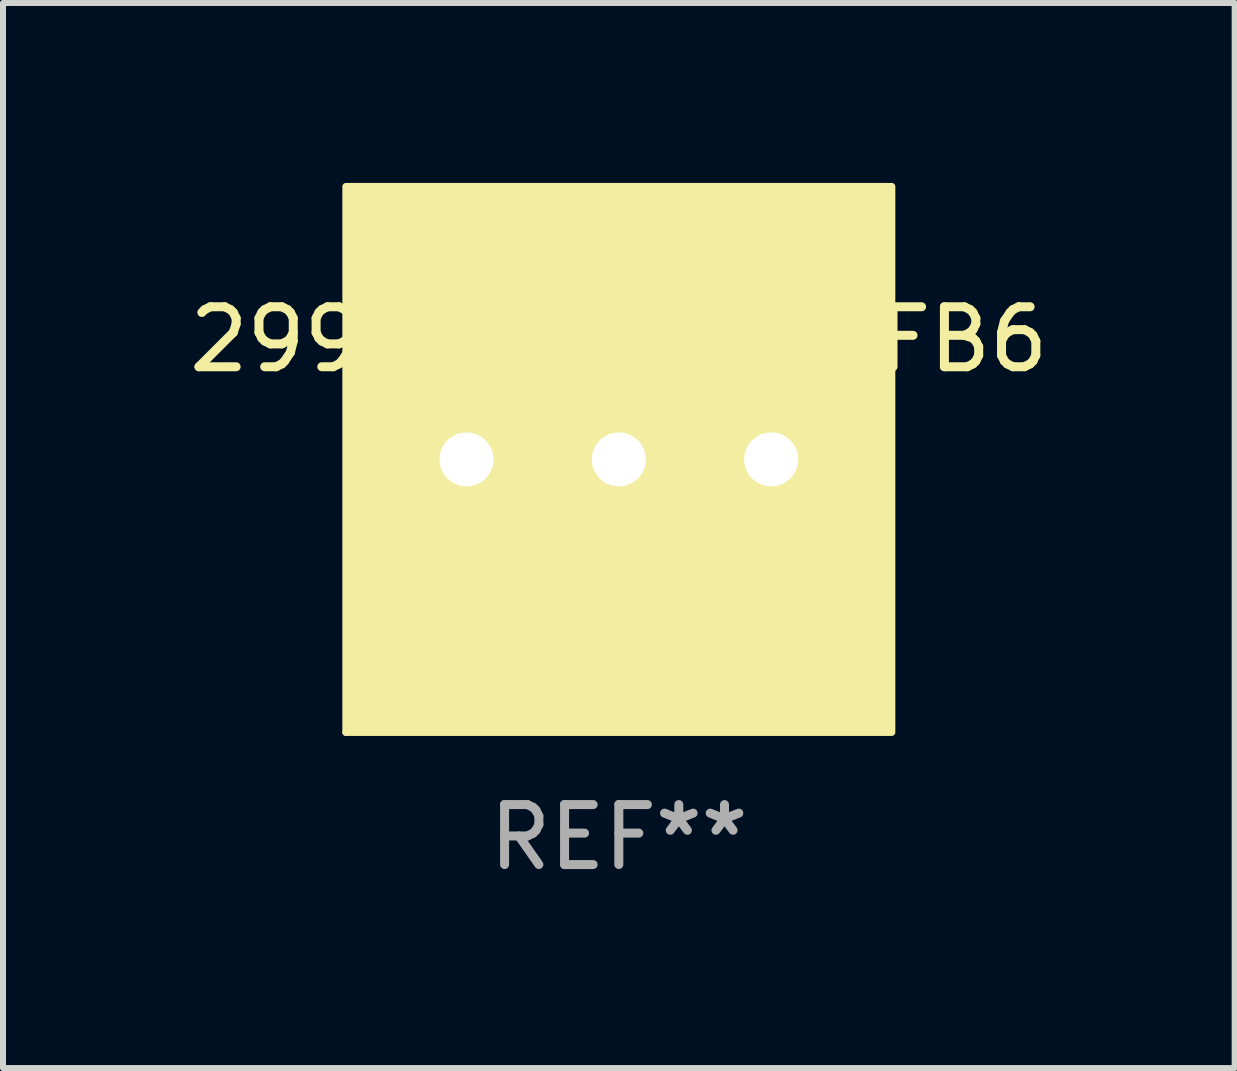
<source format=kicad_pcb>
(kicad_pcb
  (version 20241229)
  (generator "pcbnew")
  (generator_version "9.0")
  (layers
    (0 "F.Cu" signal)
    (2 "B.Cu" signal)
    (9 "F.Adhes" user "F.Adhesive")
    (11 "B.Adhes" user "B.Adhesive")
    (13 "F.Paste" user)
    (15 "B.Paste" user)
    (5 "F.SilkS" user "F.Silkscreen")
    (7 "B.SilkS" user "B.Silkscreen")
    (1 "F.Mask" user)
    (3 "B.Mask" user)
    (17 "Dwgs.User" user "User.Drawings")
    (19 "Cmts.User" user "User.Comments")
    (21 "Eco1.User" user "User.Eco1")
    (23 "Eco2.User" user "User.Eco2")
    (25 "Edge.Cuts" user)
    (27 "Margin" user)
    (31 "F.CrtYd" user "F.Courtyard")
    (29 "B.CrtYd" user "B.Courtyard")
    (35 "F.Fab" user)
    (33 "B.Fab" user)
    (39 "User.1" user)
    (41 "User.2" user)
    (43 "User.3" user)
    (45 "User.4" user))
  (footprint "299D476X9025FB6"
    (layer "F.Cu")
    (at 7.268 5.76)
    (property "Reference" "299D476X9025FB6" (at 0 -3.15 0) (layer "F.SilkS") (effects (font (size 1 1) (thickness 0.15))))
    (attr through_hole)
    (fp_line (start -0.618 0.512) (end 0.525 0.512) (stroke (width 0.254) (type solid)) (layer "F.SilkS"))
    (fp_line (start -0.04 -0.12) (end -0.04 1.15) (stroke (width 0.254) (type solid)) (layer "F.SilkS"))
    (fp_circle (center -4.55 3.4) (end -4.52 3.4) (stroke (width 0.06) (type solid)) (fill no) (layer "F.SilkS"))
    (fp_poly (pts (xy -4.55 -5.7) (xy 4.55 -5.7) (xy 4.55 3.4) (xy -4.55 3.4)) (stroke (width 0.12) (type solid)) (fill yes) (layer "F.SilkS"))
    (fp_text user "REF**" (at 0 5.15 0) (layer "F.Fab") (effects (font (size 1 1) (thickness 0.15))))
    (pad "1" thru_hole circle (at -2.54 -1.15) (size 1.524 1.524) (drill 0.9) (layers "*.Cu" "*.Mask"))
    (pad "2" thru_hole circle (at 0 -1.15) (size 1.524 1.524) (drill 0.9) (layers "*.Cu" "*.Mask"))
    (pad "3" thru_hole circle (at 2.54 -1.15) (size 1.524 1.524) (drill 0.9) (layers "*.Cu" "*.Mask")))
  (gr_rect
    (start -3 -3)
    (end 17.536 14.758)
    (stroke (width 0.1) (type default))
    (fill no)
    (layer "Edge.Cuts")))
</source>
